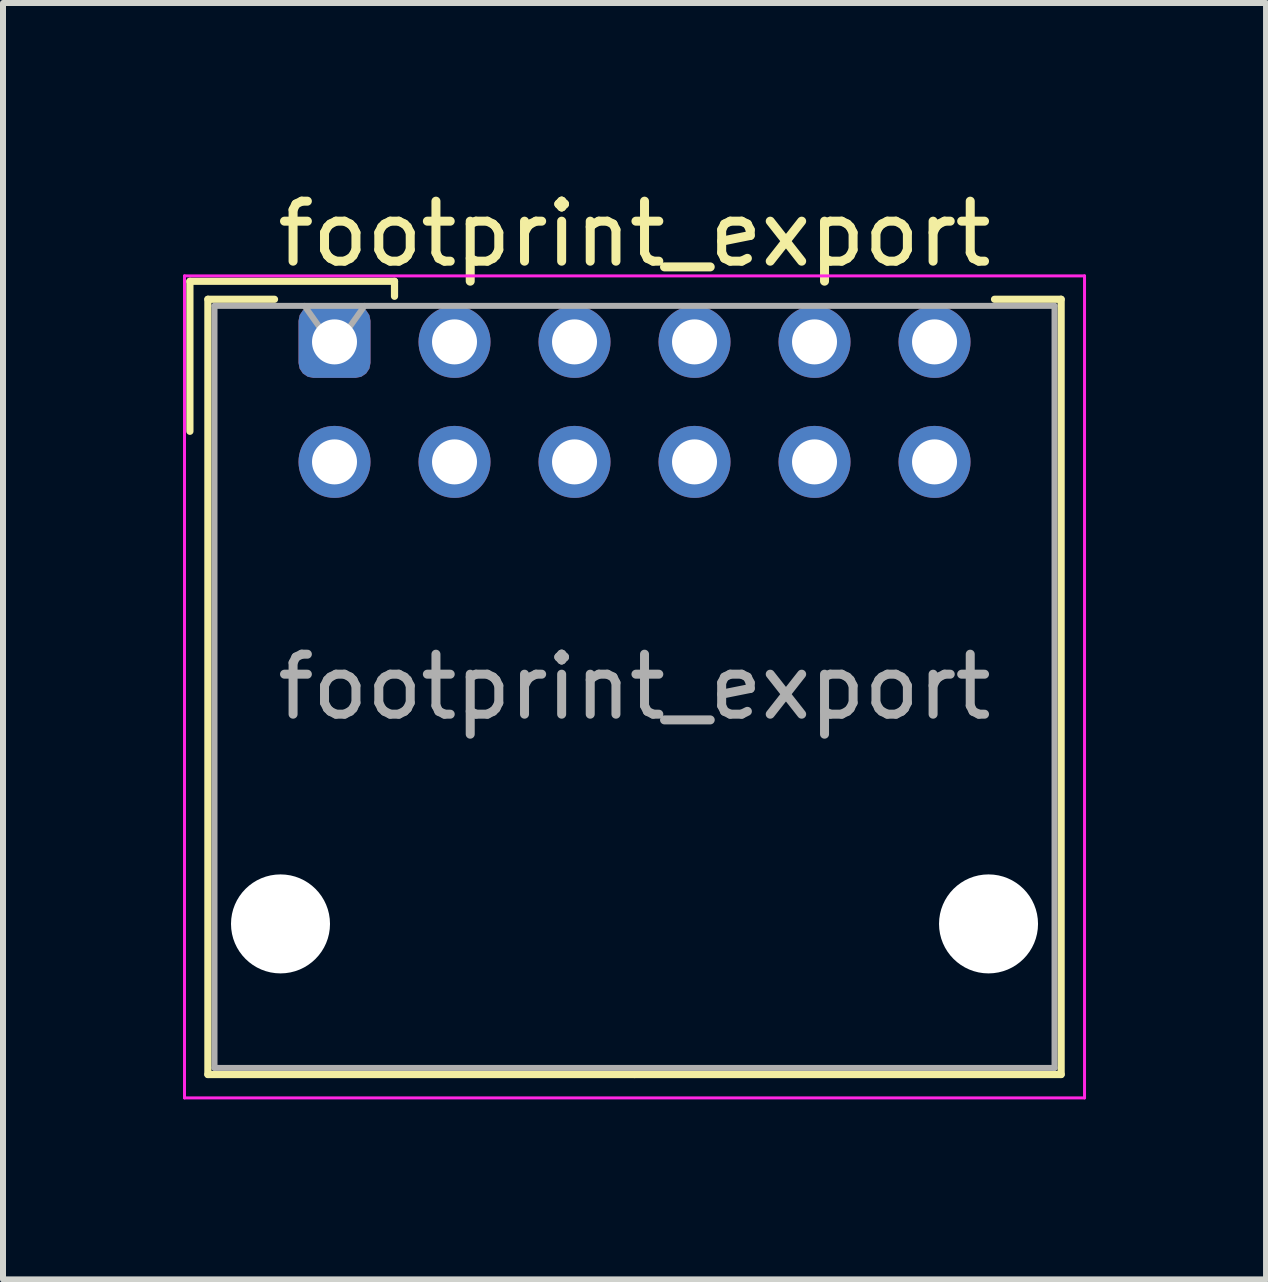
<source format=kicad_pcb>
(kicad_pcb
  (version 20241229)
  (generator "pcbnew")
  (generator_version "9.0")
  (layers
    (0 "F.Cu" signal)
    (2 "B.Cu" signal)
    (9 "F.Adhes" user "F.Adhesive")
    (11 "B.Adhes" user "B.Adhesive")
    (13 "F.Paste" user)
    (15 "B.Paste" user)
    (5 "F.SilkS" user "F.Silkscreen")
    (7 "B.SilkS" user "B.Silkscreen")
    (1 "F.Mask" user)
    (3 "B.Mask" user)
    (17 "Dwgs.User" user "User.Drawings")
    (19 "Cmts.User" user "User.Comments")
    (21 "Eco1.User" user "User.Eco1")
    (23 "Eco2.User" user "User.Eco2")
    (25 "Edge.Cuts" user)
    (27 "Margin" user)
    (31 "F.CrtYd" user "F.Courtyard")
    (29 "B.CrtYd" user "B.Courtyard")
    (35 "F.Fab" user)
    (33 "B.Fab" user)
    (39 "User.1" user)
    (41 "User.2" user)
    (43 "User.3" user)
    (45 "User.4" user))
  (footprint "footprint_export"
    (layer "F.Cu")
    (at 2.525 2.648)
    (property "Reference" "footprint_export" (at 5 -1.8 0) (layer "F.SilkS") (effects (font (size 1 1) (thickness 0.15))))
    (attr through_hole)
    (fp_line (start -2.41 -1.01) (end -2.41 1.49) (stroke (width 0.12) (type solid)) (layer "F.SilkS"))
    (fp_line (start -2.11 -0.71) (end -2.11 12.21) (stroke (width 0.12) (type solid)) (layer "F.SilkS"))
    (fp_line (start -2.11 12.21) (end 5 12.21) (stroke (width 0.12) (type solid)) (layer "F.SilkS"))
    (fp_line (start -1 -0.71) (end -2.11 -0.71) (stroke (width 0.12) (type solid)) (layer "F.SilkS"))
    (fp_line (start 1 -1.01) (end -2.41 -1.01) (stroke (width 0.12) (type solid)) (layer "F.SilkS"))
    (fp_line (start 1 -0.76) (end 1 -1.01) (stroke (width 0.12) (type solid)) (layer "F.SilkS"))
    (fp_line (start 11 -0.71) (end 12.11 -0.71) (stroke (width 0.12) (type solid)) (layer "F.SilkS"))
    (fp_line (start 12.11 -0.71) (end 12.11 12.21) (stroke (width 0.12) (type solid)) (layer "F.SilkS"))
    (fp_line (start 12.11 12.21) (end 5 12.21) (stroke (width 0.12) (type solid)) (layer "F.SilkS"))
    (fp_line (start -2.5 -1.1) (end -2.5 12.6) (stroke (width 0.05) (type solid)) (layer "F.CrtYd"))
    (fp_line (start -2.5 12.6) (end 12.5 12.6) (stroke (width 0.05) (type solid)) (layer "F.CrtYd"))
    (fp_line (start 12.5 -1.1) (end -2.5 -1.1) (stroke (width 0.05) (type solid)) (layer "F.CrtYd"))
    (fp_line (start 12.5 12.6) (end 12.5 -1.1) (stroke (width 0.05) (type solid)) (layer "F.CrtYd"))
    (fp_line (start -2 -0.6) (end -2 12.1) (stroke (width 0.1) (type solid)) (layer "F.Fab"))
    (fp_line (start -2 12.1) (end 12 12.1) (stroke (width 0.1) (type solid)) (layer "F.Fab"))
    (fp_line (start 0 0.107) (end -0.5 -0.6) (stroke (width 0.1) (type solid)) (layer "F.Fab"))
    (fp_line (start 0.5 -0.6) (end 0 0.107) (stroke (width 0.1) (type solid)) (layer "F.Fab"))
    (fp_line (start 12 -0.6) (end -2 -0.6) (stroke (width 0.1) (type solid)) (layer "F.Fab"))
    (fp_line (start 12 12.1) (end 12 -0.6) (stroke (width 0.1) (type solid)) (layer "F.Fab"))
    (fp_text user "${REFERENCE}" (at 5 5.75 0) (layer "F.Fab") (effects (font (size 1 1) (thickness 0.15))))
    (pad "" np_thru_hole circle (at -0.9 9.7) (size 1.65 1.65) (drill 1.65) (layers "*.Cu" "*.Mask"))
    (pad "" np_thru_hole circle (at 10.9 9.7) (size 1.65 1.65) (drill 1.65) (layers "*.Cu" "*.Mask"))
    (pad "1" thru_hole roundrect (at 0 0) (size 1.2 1.2) (drill 0.75) (layers "*.Cu" "*.Mask") (roundrect_rratio 0.208))
    (pad "2" thru_hole circle (at 0 2) (size 1.2 1.2) (drill 0.75) (layers "*.Cu" "*.Mask"))
    (pad "3" thru_hole circle (at 2 0) (size 1.2 1.2) (drill 0.75) (layers "*.Cu" "*.Mask"))
    (pad "4" thru_hole circle (at 2 2) (size 1.2 1.2) (drill 0.75) (layers "*.Cu" "*.Mask"))
    (pad "5" thru_hole circle (at 4 0) (size 1.2 1.2) (drill 0.75) (layers "*.Cu" "*.Mask"))
    (pad "6" thru_hole circle (at 4 2) (size 1.2 1.2) (drill 0.75) (layers "*.Cu" "*.Mask"))
    (pad "7" thru_hole circle (at 6 0) (size 1.2 1.2) (drill 0.75) (layers "*.Cu" "*.Mask"))
    (pad "8" thru_hole circle (at 6 2) (size 1.2 1.2) (drill 0.75) (layers "*.Cu" "*.Mask"))
    (pad "9" thru_hole circle (at 8 0) (size 1.2 1.2) (drill 0.75) (layers "*.Cu" "*.Mask"))
    (pad "10" thru_hole circle (at 8 2) (size 1.2 1.2) (drill 0.75) (layers "*.Cu" "*.Mask"))
    (pad "11" thru_hole circle (at 10 0) (size 1.2 1.2) (drill 0.75) (layers "*.Cu" "*.Mask"))
    (pad "12" thru_hole circle (at 10 2) (size 1.2 1.2) (drill 0.75) (layers "*.Cu" "*.Mask")))
  (gr_rect
    (start -3 -3)
    (end 18.05 18.273)
    (stroke (width 0.1) (type default))
    (fill no)
    (layer "Edge.Cuts")))
</source>
